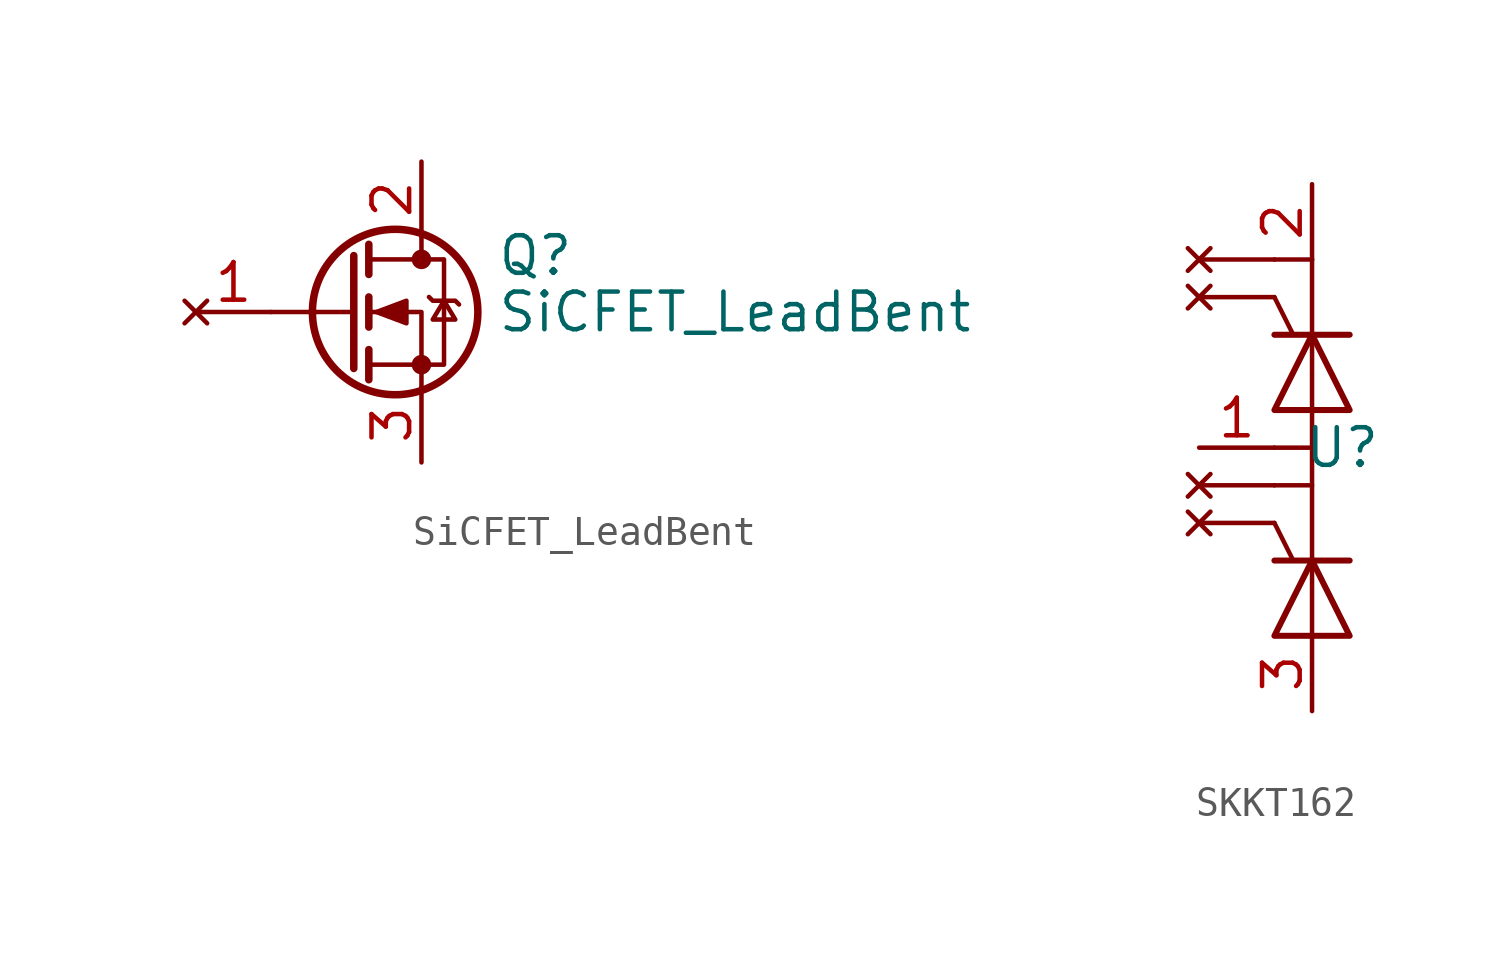
<source format=kicad_sym>
(kicad_symbol_lib
  (version 20241209)
  (generator "kicad_symbol_editor")
  (generator_version "9.0")
  (symbol "SiCFET_LeadBent"
    (pin_names
      (hide yes))
    (property "Reference" "Q"
      (at 5.08 1.905 0)
      (effects (font (size 1.27 1.27)) (justify left)))
    (property "Value" "SiCFET_LeadBent"
      (at 5.08 0 0)
      (effects (font (size 1.27 1.27)) (justify left)))
    (symbol "SiCFET_LeadBent_0_1"
      (polyline (pts (xy 0.254 1.905) (xy 0.254 -1.905)) (stroke (width 0.254) (type default)) (fill (type none)))
      (polyline (pts (xy 0.254 0) (xy -2.54 0)) (stroke (width 0) (type default)) (fill (type none)))
      (polyline (pts (xy 0.762 2.286) (xy 0.762 1.27)) (stroke (width 0.254) (type default)) (fill (type none)))
      (polyline (pts (xy 0.762 0.508) (xy 0.762 -0.508)) (stroke (width 0.254) (type default)) (fill (type none)))
      (polyline (pts (xy 0.762 -1.27) (xy 0.762 -2.286)) (stroke (width 0.254) (type default)) (fill (type none)))
      (polyline (pts (xy 0.762 -1.778) (xy 3.302 -1.778) (xy 3.302 1.778) (xy 0.762 1.778)) (stroke (width 0) (type default)) (fill (type none)))
      (polyline (pts (xy 1.016 0) (xy 2.032 0.381) (xy 2.032 -0.381) (xy 1.016 0)) (stroke (width 0) (type default)) (fill (type outline)))
      (circle (center 1.651 0) (radius 2.794) (stroke (width 0.254) (type default)) (fill (type none)))
      (polyline (pts (xy 2.54 2.54) (xy 2.54 1.778)) (stroke (width 0) (type default)) (fill (type none)))
      (circle (center 2.54 1.778) (radius 0.254) (stroke (width 0) (type default)) (fill (type outline)))
      (circle (center 2.54 -1.778) (radius 0.254) (stroke (width 0) (type default)) (fill (type outline)))
      (polyline (pts (xy 2.54 -2.54) (xy 2.54 0) (xy 0.762 0)) (stroke (width 0) (type default)) (fill (type none)))
      (polyline (pts (xy 2.794 0.508) (xy 2.921 0.381) (xy 3.683 0.381) (xy 3.81 0.254)) (stroke (width 0) (type default)) (fill (type none)))
      (polyline (pts (xy 3.302 0.381) (xy 2.921 -0.254) (xy 3.683 -0.254) (xy 3.302 0.381)) (stroke (width 0) (type default)) (fill (type none))))
    (symbol "SiCFET_LeadBent_1_1"
      (pin no_connect line (at -5.08 0 0) (length 2.54) (name "G" (effects (font (size 1.27 1.27)))) (number "1" (effects (font (size 1.27 1.27)))))
      (pin passive line (at 2.54 5.08 270) (length 2.54) (name "D" (effects (font (size 1.27 1.27)))) (number "2" (effects (font (size 1.27 1.27)))))
      (pin passive line (at 2.54 -5.08 90) (length 2.54) (name "S" (effects (font (size 1.27 1.27)))) (number "3" (effects (font (size 1.27 1.27)))))))
  (symbol "SKKT162"
    (property "Reference" "U"
      (at 1.016 0 0)
      (effects (font (size 1.27 1.27))))
    (property "Value" ""
      (at 0 0 0)
      (effects (font (size 1.27 1.27))))
    (symbol "SKKT162_0_1"
      (polyline (pts (xy -1.27 5.08) (xy -0.635 3.81)) (stroke (width 0) (type default)) (fill (type none)))
      (polyline (pts (xy -1.27 3.81) (xy 1.27 3.81)) (stroke (width 0.203) (type default)) (fill (type none)))
      (polyline (pts (xy -1.27 1.27) (xy 1.27 1.27) (xy 0 3.81) (xy -1.27 1.27)) (stroke (width 0.203) (type default)) (fill (type none)))
      (polyline (pts (xy -1.27 0) (xy 0 0)) (stroke (width 0) (type default)) (fill (type none)))
      (polyline (pts (xy -1.27 -2.54) (xy -0.635 -3.81)) (stroke (width 0) (type default)) (fill (type none)))
      (polyline (pts (xy -1.27 -3.81) (xy 1.27 -3.81)) (stroke (width 0.203) (type default)) (fill (type none)))
      (polyline (pts (xy -1.27 -6.35) (xy 1.27 -6.35) (xy 0 -3.81) (xy -1.27 -6.35)) (stroke (width 0.203) (type default)) (fill (type none)))
      (polyline (pts (xy 0 6.35) (xy -1.27 6.35)) (stroke (width 0) (type default)) (fill (type none)))
      (polyline (pts (xy 0 6.35) (xy 0 -6.35)) (stroke (width 0) (type default)) (fill (type none)))
      (polyline (pts (xy 0 -1.27) (xy -1.27 -1.27)) (stroke (width 0) (type default)) (fill (type none))))
    (symbol "SKKT162_1_1"
      (pin no_connect line (at -3.81 6.35 0) (length 2.54) (name "" (effects (font (size 1.27 1.27)))) (number "" (effects (font (size 1.27 1.27)))))
      (pin no_connect line (at -3.81 5.08 0) (length 2.54) (name "" (effects (font (size 1.27 1.27)))) (number "" (effects (font (size 1.27 1.27)))))
      (pin bidirectional line (at -3.81 0 0) (length 2.54) (name "" (effects (font (size 1.27 1.27)))) (number "1" (effects (font (size 1.27 1.27)))))
      (pin no_connect line (at -3.81 -1.27 0) (length 2.54) (name "" (effects (font (size 1.27 1.27)))) (number "" (effects (font (size 1.27 1.27)))))
      (pin no_connect line (at -3.81 -2.54 0) (length 2.54) (name "" (effects (font (size 1.27 1.27)))) (number "" (effects (font (size 1.27 1.27)))))
      (pin bidirectional line (at 0 8.89 270) (length 2.54) (name "" (effects (font (size 1.27 1.27)))) (number "2" (effects (font (size 1.27 1.27)))))
      (pin bidirectional line (at 0 -8.89 90) (length 2.54) (name "" (effects (font (size 1.27 1.27)))) (number "3" (effects (font (size 1.27 1.27))))))))
</source>
